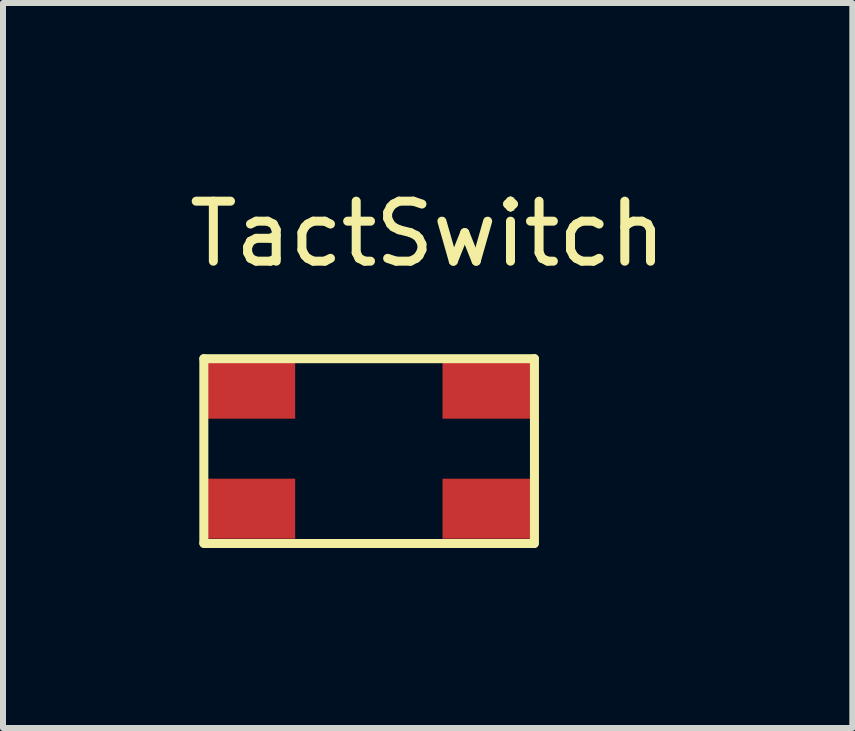
<source format=kicad_pcb>
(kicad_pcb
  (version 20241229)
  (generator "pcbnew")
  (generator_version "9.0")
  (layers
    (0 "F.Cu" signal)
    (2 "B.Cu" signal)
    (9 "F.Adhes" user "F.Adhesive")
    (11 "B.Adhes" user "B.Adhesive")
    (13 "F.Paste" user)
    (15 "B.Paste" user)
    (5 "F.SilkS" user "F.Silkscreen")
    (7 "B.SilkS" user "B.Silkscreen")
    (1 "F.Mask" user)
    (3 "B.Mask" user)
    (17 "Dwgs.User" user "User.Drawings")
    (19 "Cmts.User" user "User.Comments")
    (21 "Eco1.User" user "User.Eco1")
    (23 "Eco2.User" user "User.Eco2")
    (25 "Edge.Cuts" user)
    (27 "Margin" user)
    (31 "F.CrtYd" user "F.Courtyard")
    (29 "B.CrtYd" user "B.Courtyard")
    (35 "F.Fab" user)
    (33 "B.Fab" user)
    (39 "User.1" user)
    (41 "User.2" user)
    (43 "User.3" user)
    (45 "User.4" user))
  (footprint "TactSwitch"
    (layer "F.Cu")
    (at 4.107 4.428)
    (property "Reference" "TactSwitch" (at -0.03 -3.58 0) (layer "F.SilkS") (effects (font (size 1 1) (thickness 0.15))))
    (attr through_hole)
    (fp_line (start -3.76 -1.5) (end 1.75 -1.5) (stroke (width 0.15) (type solid)) (layer "F.SilkS"))
    (fp_line (start -3.76 1.57) (end -3.76 -1.5) (stroke (width 0.15) (type solid)) (layer "F.SilkS"))
    (fp_line (start -3.76 1.58) (end 1.74 1.58) (stroke (width 0.15) (type solid)) (layer "F.SilkS"))
    (fp_line (start 1.75 -1.5) (end 1.75 1.58) (stroke (width 0.15) (type solid)) (layer "F.SilkS"))
    (pad "1" smd rect (at -3 1) (size 1.524 1) (layers "F.Cu" "F.Mask" "F.Paste"))
    (pad "2" smd rect (at -3 -1) (size 1.524 1) (layers "F.Cu" "F.Mask" "F.Paste"))
    (pad "3" smd rect (at 0.98 -1) (size 1.524 1) (layers "F.Cu" "F.Mask" "F.Paste"))
    (pad "4" smd rect (at 0.98 1) (size 1.524 1) (layers "F.Cu" "F.Mask" "F.Paste")))
  (gr_rect
    (start -3 -3)
    (end 11.155 9.083)
    (stroke (width 0.1) (type default))
    (fill no)
    (layer "Edge.Cuts")))
</source>
